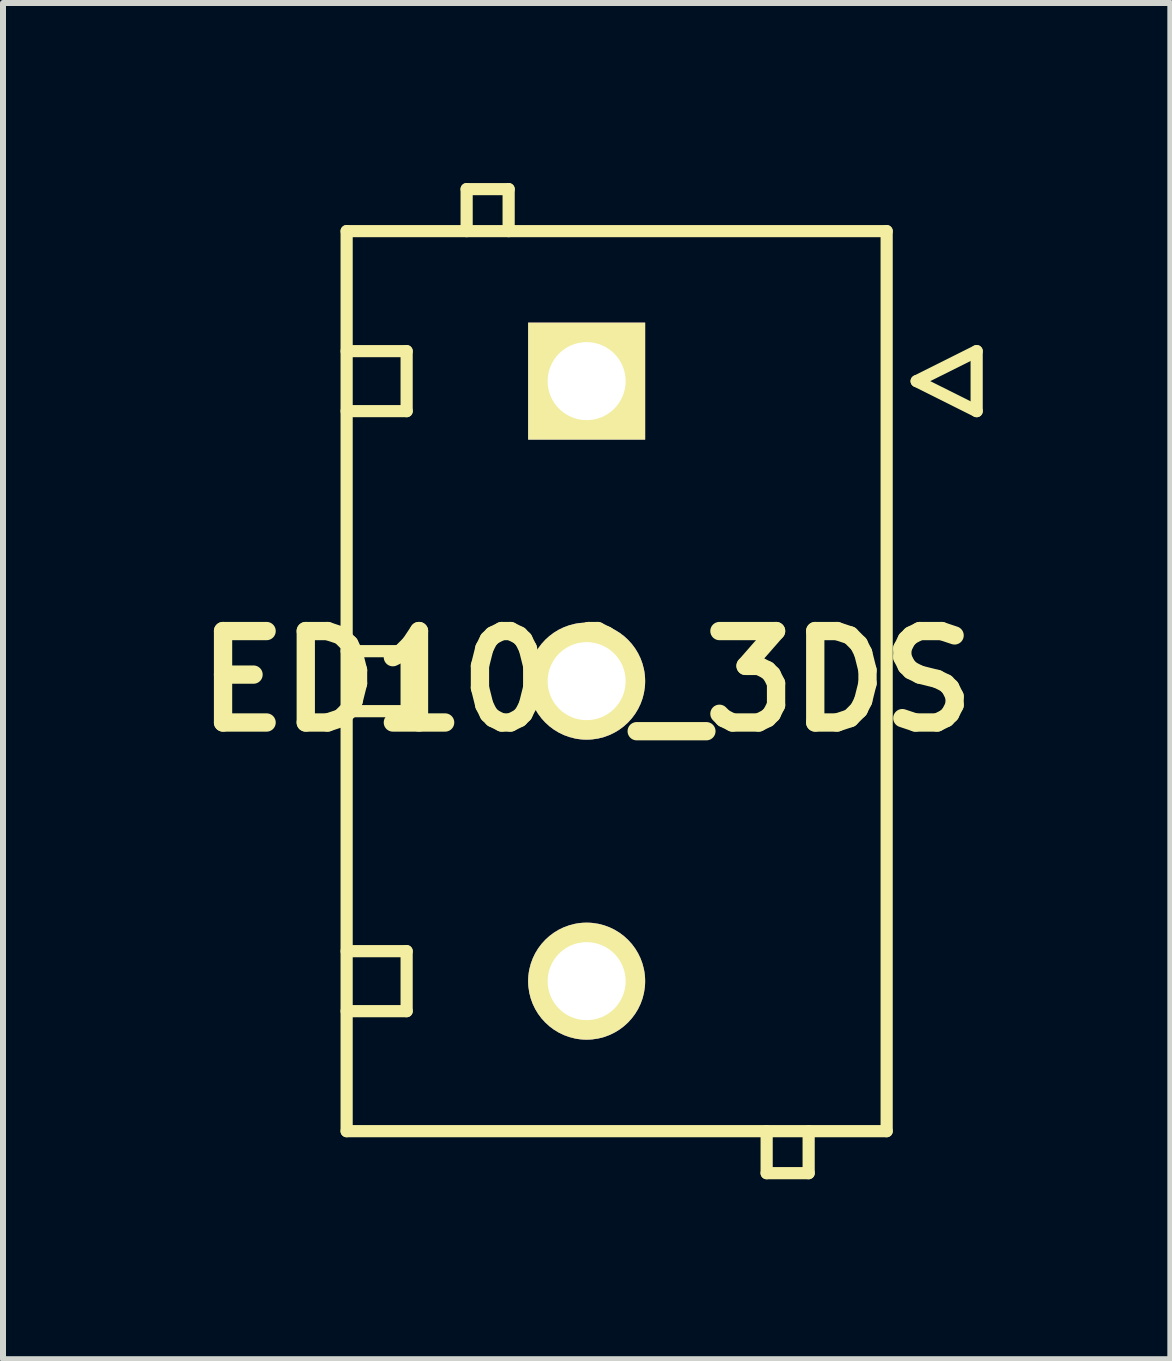
<source format=kicad_pcb>
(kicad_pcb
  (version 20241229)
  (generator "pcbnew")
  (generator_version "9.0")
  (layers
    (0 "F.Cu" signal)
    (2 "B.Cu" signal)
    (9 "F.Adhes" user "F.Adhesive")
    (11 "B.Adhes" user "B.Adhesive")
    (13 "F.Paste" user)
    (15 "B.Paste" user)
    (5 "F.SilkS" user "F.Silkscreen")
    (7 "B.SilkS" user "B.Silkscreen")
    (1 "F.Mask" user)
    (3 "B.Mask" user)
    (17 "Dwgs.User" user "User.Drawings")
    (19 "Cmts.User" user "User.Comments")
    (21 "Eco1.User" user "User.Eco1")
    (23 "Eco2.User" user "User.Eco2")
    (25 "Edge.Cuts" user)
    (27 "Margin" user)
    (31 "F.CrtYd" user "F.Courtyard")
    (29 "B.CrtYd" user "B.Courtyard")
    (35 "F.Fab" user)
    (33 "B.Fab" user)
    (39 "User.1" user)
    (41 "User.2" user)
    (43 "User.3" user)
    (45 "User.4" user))
  (footprint "ED100_3DS"
    (layer "F.Cu")
    (at 6.727 8.302)
    (property "Reference" "ED100_3DS" (at 0 0 0) (layer "F.SilkS") (effects (font (size 1.524 1.524) (thickness 0.305))))
    (attr through_hole)
    (fp_line (start -4 -7.5) (end -4 7.5) (stroke (width 0.203) (type solid)) (layer "F.SilkS"))
    (fp_line (start -4 -5.5) (end -3 -5.5) (stroke (width 0.203) (type solid)) (layer "F.SilkS"))
    (fp_line (start -4 -0.5) (end -3 -0.5) (stroke (width 0.203) (type solid)) (layer "F.SilkS"))
    (fp_line (start -4 4.5) (end -3 4.5) (stroke (width 0.203) (type solid)) (layer "F.SilkS"))
    (fp_line (start -4 7.5) (end 5 7.5) (stroke (width 0.203) (type solid)) (layer "F.SilkS"))
    (fp_line (start -3 -5.5) (end -3 -4.5) (stroke (width 0.203) (type solid)) (layer "F.SilkS"))
    (fp_line (start -3 -4.5) (end -4 -4.5) (stroke (width 0.203) (type solid)) (layer "F.SilkS"))
    (fp_line (start -3 -0.5) (end -3 0.5) (stroke (width 0.203) (type solid)) (layer "F.SilkS"))
    (fp_line (start -3 0.5) (end -4 0.5) (stroke (width 0.203) (type solid)) (layer "F.SilkS"))
    (fp_line (start -3 4.5) (end -3 5.5) (stroke (width 0.203) (type solid)) (layer "F.SilkS"))
    (fp_line (start -3 5.5) (end -4 5.5) (stroke (width 0.203) (type solid)) (layer "F.SilkS"))
    (fp_line (start -2 -8.2) (end -1.3 -8.2) (stroke (width 0.203) (type solid)) (layer "F.SilkS"))
    (fp_line (start -2 -7.5) (end -2 -8.2) (stroke (width 0.203) (type solid)) (layer "F.SilkS"))
    (fp_line (start -1.3 -8.2) (end -1.3 -7.5) (stroke (width 0.203) (type solid)) (layer "F.SilkS"))
    (fp_line (start 3 7.5) (end 3 8.2) (stroke (width 0.203) (type solid)) (layer "F.SilkS"))
    (fp_line (start 3 8.2) (end 3.7 8.2) (stroke (width 0.203) (type solid)) (layer "F.SilkS"))
    (fp_line (start 3.7 8.2) (end 3.7 7.5) (stroke (width 0.203) (type solid)) (layer "F.SilkS"))
    (fp_line (start 5 -7.5) (end -4 -7.5) (stroke (width 0.203) (type solid)) (layer "F.SilkS"))
    (fp_line (start 5 7.5) (end 5 -7.5) (stroke (width 0.203) (type solid)) (layer "F.SilkS"))
    (fp_line (start 5.5 -5) (end 6.5 -5.5) (stroke (width 0.203) (type solid)) (layer "F.SilkS"))
    (fp_line (start 6.5 -5.5) (end 6.5 -4.5) (stroke (width 0.203) (type solid)) (layer "F.SilkS"))
    (fp_line (start 6.5 -4.5) (end 5.5 -5) (stroke (width 0.203) (type solid)) (layer "F.SilkS"))
    (pad "1" thru_hole rect (at 0 -5) (size 1.95 1.95) (drill 1.3) (layers "*.Cu" "*.Mask" "F.SilkS"))
    (pad "2" thru_hole circle (at 0 0) (size 1.95 1.95) (drill 1.3) (layers "*.Cu" "*.Mask" "F.SilkS"))
    (pad "3" thru_hole circle (at 0 5) (size 1.95 1.95) (drill 1.3) (layers "*.Cu" "*.Mask" "F.SilkS")))
  (gr_rect
    (start -3 -3)
    (end 16.455 19.603)
    (stroke (width 0.1) (type default))
    (fill no)
    (layer "Edge.Cuts")))
</source>
